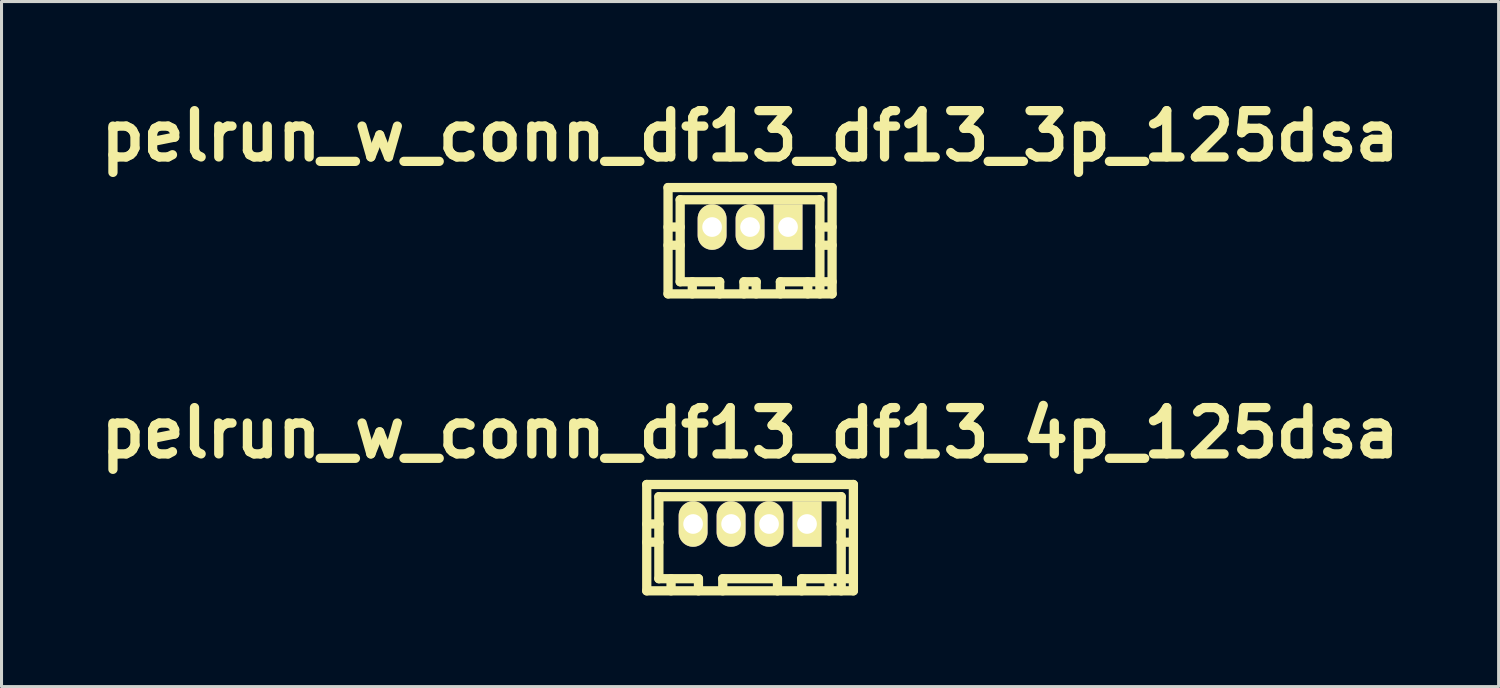
<source format=kicad_pcb>
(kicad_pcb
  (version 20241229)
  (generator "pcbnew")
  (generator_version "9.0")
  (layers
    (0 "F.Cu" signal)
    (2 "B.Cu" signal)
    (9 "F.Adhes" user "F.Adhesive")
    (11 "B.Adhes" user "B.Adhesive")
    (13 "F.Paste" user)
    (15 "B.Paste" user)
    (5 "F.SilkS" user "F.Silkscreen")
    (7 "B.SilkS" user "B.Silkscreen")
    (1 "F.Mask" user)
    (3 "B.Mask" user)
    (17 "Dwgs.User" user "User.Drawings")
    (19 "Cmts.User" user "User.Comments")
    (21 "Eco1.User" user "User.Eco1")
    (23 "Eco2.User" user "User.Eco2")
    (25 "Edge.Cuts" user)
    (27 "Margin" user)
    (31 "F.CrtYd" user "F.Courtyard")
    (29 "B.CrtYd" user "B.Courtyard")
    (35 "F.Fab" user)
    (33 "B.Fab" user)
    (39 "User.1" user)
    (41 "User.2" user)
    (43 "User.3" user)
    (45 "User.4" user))
  (footprint "pelrun_w_conn_df13_df13_4p_125dsa"
    (layer "F.Cu")
    (at 21.641 14.199)
    (property "Reference" "pelrun_w_conn_df13_df13_4p_125dsa" (at 0 -2.997 0) (layer "F.SilkS") (effects (font (size 1.524 1.524) (thickness 0.305))))
    (attr through_hole)
    (fp_line (start -3.401 -1.3) (end 3.401 -1.3) (stroke (width 0.305) (type solid)) (layer "F.SilkS"))
    (fp_line (start -3.401 2.2) (end -3.401 -1.3) (stroke (width 0.305) (type solid)) (layer "F.SilkS"))
    (fp_line (start -3.002 -0.899) (end -3.002 1.801) (stroke (width 0.305) (type solid)) (layer "F.SilkS"))
    (fp_line (start -3 0) (end -3.401 0) (stroke (width 0.305) (type solid)) (layer "F.SilkS"))
    (fp_line (start -3 0.599) (end -3.401 0.599) (stroke (width 0.305) (type solid)) (layer "F.SilkS"))
    (fp_line (start -2.601 1.801) (end -2.601 2.2) (stroke (width 0.305) (type solid)) (layer "F.SilkS"))
    (fp_line (start -1.999 -0.099) (end -1.801 -0.099) (stroke (width 0.305) (type solid)) (layer "F.SilkS"))
    (fp_line (start -1.999 0.099) (end -1.999 -0.099) (stroke (width 0.305) (type solid)) (layer "F.SilkS"))
    (fp_line (start -1.801 -0.099) (end -1.801 0.099) (stroke (width 0.305) (type solid)) (layer "F.SilkS"))
    (fp_line (start -1.801 0.099) (end -1.999 0.099) (stroke (width 0.305) (type solid)) (layer "F.SilkS"))
    (fp_line (start -1.702 1.801) (end -3.002 1.801) (stroke (width 0.305) (type solid)) (layer "F.SilkS"))
    (fp_line (start -1.699 1.801) (end -1.699 2.2) (stroke (width 0.305) (type solid)) (layer "F.SilkS"))
    (fp_line (start -0.899 1.801) (end 0.899 1.801) (stroke (width 0.305) (type solid)) (layer "F.SilkS"))
    (fp_line (start -0.899 2.2) (end -0.899 1.801) (stroke (width 0.305) (type solid)) (layer "F.SilkS"))
    (fp_line (start -0.701 -0.099) (end -0.5 -0.099) (stroke (width 0.305) (type solid)) (layer "F.SilkS"))
    (fp_line (start -0.701 0.099) (end -0.701 -0.099) (stroke (width 0.305) (type solid)) (layer "F.SilkS"))
    (fp_line (start -0.5 -0.099) (end -0.5 0.099) (stroke (width 0.305) (type solid)) (layer "F.SilkS"))
    (fp_line (start -0.5 0.099) (end -0.701 0.099) (stroke (width 0.305) (type solid)) (layer "F.SilkS"))
    (fp_line (start 0.5 -0.099) (end 0.5 0.099) (stroke (width 0.305) (type solid)) (layer "F.SilkS"))
    (fp_line (start 0.5 0.099) (end 0.701 0.099) (stroke (width 0.305) (type solid)) (layer "F.SilkS"))
    (fp_line (start 0.701 -0.099) (end 0.5 -0.099) (stroke (width 0.305) (type solid)) (layer "F.SilkS"))
    (fp_line (start 0.701 0.099) (end 0.701 -0.099) (stroke (width 0.305) (type solid)) (layer "F.SilkS"))
    (fp_line (start 0.902 2.2) (end 0.902 1.801) (stroke (width 0.305) (type solid)) (layer "F.SilkS"))
    (fp_line (start 1.699 1.801) (end 1.699 2.2) (stroke (width 0.305) (type solid)) (layer "F.SilkS"))
    (fp_line (start 1.699 1.801) (end 3.401 1.801) (stroke (width 0.305) (type solid)) (layer "F.SilkS"))
    (fp_line (start 1.801 -0.099) (end 1.801 0.099) (stroke (width 0.305) (type solid)) (layer "F.SilkS"))
    (fp_line (start 1.801 0.099) (end 1.999 0.099) (stroke (width 0.305) (type solid)) (layer "F.SilkS"))
    (fp_line (start 1.999 -0.099) (end 1.801 -0.099) (stroke (width 0.305) (type solid)) (layer "F.SilkS"))
    (fp_line (start 1.999 0.099) (end 1.999 -0.099) (stroke (width 0.305) (type solid)) (layer "F.SilkS"))
    (fp_line (start 2.601 1.801) (end 2.601 2.2) (stroke (width 0.305) (type solid)) (layer "F.SilkS"))
    (fp_line (start 2.997 0) (end 3.399 0) (stroke (width 0.305) (type solid)) (layer "F.SilkS"))
    (fp_line (start 3 -0.899) (end -3 -0.899) (stroke (width 0.305) (type solid)) (layer "F.SilkS"))
    (fp_line (start 3 -0.899) (end 3 2.2) (stroke (width 0.305) (type solid)) (layer "F.SilkS"))
    (fp_line (start 3.399 0.599) (end 2.997 0.599) (stroke (width 0.305) (type solid)) (layer "F.SilkS"))
    (fp_line (start 3.401 -1.3) (end 3.401 2.2) (stroke (width 0.305) (type solid)) (layer "F.SilkS"))
    (fp_line (start 3.401 2.2) (end -3.401 2.2) (stroke (width 0.305) (type solid)) (layer "F.SilkS"))
    (pad "1" thru_hole rect (at 1.875 0) (size 0.95 1.499) (drill 0.648) (layers "*.Cu" "*.Mask" "F.SilkS"))
    (pad "2" thru_hole oval (at 0.625 0) (size 0.95 1.499) (drill 0.648) (layers "*.Cu" "*.Mask" "F.SilkS"))
    (pad "3" thru_hole oval (at -0.625 0) (size 0.95 1.499) (drill 0.648) (layers "*.Cu" "*.Mask" "F.SilkS"))
    (pad "4" thru_hole oval (at -1.875 0) (size 0.95 1.499) (drill 0.648) (layers "*.Cu" "*.Mask" "F.SilkS")))
  (footprint "pelrun_w_conn_df13_df13_3p_125dsa"
    (layer "F.Cu")
    (at 21.641 4.424)
    (property "Reference" "pelrun_w_conn_df13_df13_3p_125dsa" (at 0 -2.997 0) (layer "F.SilkS") (effects (font (size 1.524 1.524) (thickness 0.305))))
    (attr through_hole)
    (fp_line (start -2.7 -1.3) (end 2.7 -1.3) (stroke (width 0.305) (type solid)) (layer "F.SilkS"))
    (fp_line (start -2.7 2.2) (end -2.7 -1.3) (stroke (width 0.305) (type solid)) (layer "F.SilkS"))
    (fp_line (start -2.301 -0.899) (end -2.301 1.801) (stroke (width 0.305) (type solid)) (layer "F.SilkS"))
    (fp_line (start -2.299 0) (end -2.7 0) (stroke (width 0.305) (type solid)) (layer "F.SilkS"))
    (fp_line (start -2.299 0.599) (end -2.7 0.599) (stroke (width 0.305) (type solid)) (layer "F.SilkS"))
    (fp_line (start -1.902 1.801) (end -1.902 2.2) (stroke (width 0.305) (type solid)) (layer "F.SilkS"))
    (fp_line (start -1.3 -0.099) (end -1.1 -0.099) (stroke (width 0.305) (type solid)) (layer "F.SilkS"))
    (fp_line (start -1.3 0.099) (end -1.3 -0.099) (stroke (width 0.305) (type solid)) (layer "F.SilkS"))
    (fp_line (start -1.1 -0.099) (end -1.1 0.099) (stroke (width 0.305) (type solid)) (layer "F.SilkS"))
    (fp_line (start -1.1 0.099) (end -1.3 0.099) (stroke (width 0.305) (type solid)) (layer "F.SilkS"))
    (fp_line (start -1.001 1.801) (end -2.301 1.801) (stroke (width 0.305) (type solid)) (layer "F.SilkS"))
    (fp_line (start -1.001 1.801) (end -1.001 2.2) (stroke (width 0.305) (type solid)) (layer "F.SilkS"))
    (fp_line (start -0.201 1.801) (end 0.201 1.801) (stroke (width 0.305) (type solid)) (layer "F.SilkS"))
    (fp_line (start -0.201 2.2) (end -0.201 1.801) (stroke (width 0.305) (type solid)) (layer "F.SilkS"))
    (fp_line (start -0.099 -0.099) (end 0.099 -0.099) (stroke (width 0.305) (type solid)) (layer "F.SilkS"))
    (fp_line (start -0.099 0.099) (end -0.099 -0.099) (stroke (width 0.305) (type solid)) (layer "F.SilkS"))
    (fp_line (start 0.099 -0.099) (end 0.099 0.099) (stroke (width 0.305) (type solid)) (layer "F.SilkS"))
    (fp_line (start 0.099 0.099) (end -0.099 0.099) (stroke (width 0.305) (type solid)) (layer "F.SilkS"))
    (fp_line (start 0.201 2.2) (end 0.201 1.801) (stroke (width 0.305) (type solid)) (layer "F.SilkS"))
    (fp_line (start 0.998 1.801) (end 0.998 2.2) (stroke (width 0.305) (type solid)) (layer "F.SilkS"))
    (fp_line (start 1.1 -0.099) (end 1.3 -0.099) (stroke (width 0.305) (type solid)) (layer "F.SilkS"))
    (fp_line (start 1.1 0.099) (end 1.1 -0.099) (stroke (width 0.305) (type solid)) (layer "F.SilkS"))
    (fp_line (start 1.3 -0.099) (end 1.3 0.099) (stroke (width 0.305) (type solid)) (layer "F.SilkS"))
    (fp_line (start 1.3 0.099) (end 1.1 0.099) (stroke (width 0.305) (type solid)) (layer "F.SilkS"))
    (fp_line (start 1.9 1.801) (end 1.9 2.2) (stroke (width 0.305) (type solid)) (layer "F.SilkS"))
    (fp_line (start 2.299 -0.899) (end 2.299 2.2) (stroke (width 0.305) (type solid)) (layer "F.SilkS"))
    (fp_line (start 2.299 0) (end 2.7 0) (stroke (width 0.305) (type solid)) (layer "F.SilkS"))
    (fp_line (start 2.301 -0.899) (end -2.301 -0.899) (stroke (width 0.305) (type solid)) (layer "F.SilkS"))
    (fp_line (start 2.7 -1.3) (end 2.7 2.2) (stroke (width 0.305) (type solid)) (layer "F.SilkS"))
    (fp_line (start 2.7 0.599) (end 2.299 0.599) (stroke (width 0.305) (type solid)) (layer "F.SilkS"))
    (fp_line (start 2.7 1.801) (end 0.998 1.801) (stroke (width 0.305) (type solid)) (layer "F.SilkS"))
    (fp_line (start 2.7 2.2) (end -2.7 2.2) (stroke (width 0.305) (type solid)) (layer "F.SilkS"))
    (pad "1" thru_hole rect (at 1.25 0) (size 0.95 1.499) (drill 0.648) (layers "*.Cu" "*.Mask" "F.SilkS"))
    (pad "2" thru_hole oval (at 0 0) (size 0.95 1.499) (drill 0.648) (layers "*.Cu" "*.Mask" "F.SilkS"))
    (pad "3" thru_hole oval (at -1.25 0) (size 0.95 1.499) (drill 0.648) (layers "*.Cu" "*.Mask" "F.SilkS")))
  (gr_rect
    (start -3 -3)
    (end 46.282 19.551)
    (stroke (width 0.1) (type default))
    (fill no)
    (layer "Edge.Cuts")))
</source>
